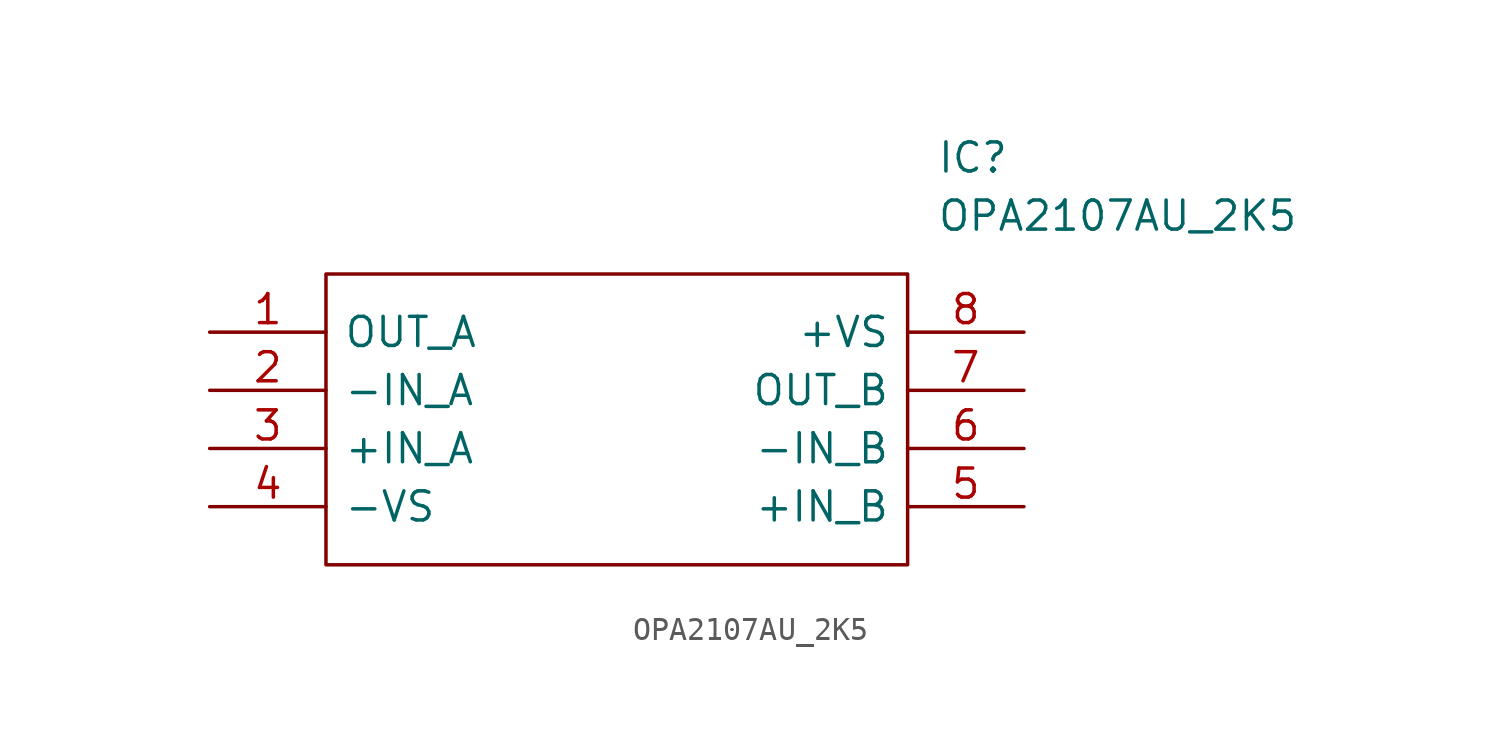
<source format=kicad_sym>
(kicad_symbol_lib
  (version 20241209)
  (generator "kicad_symbol_editor")
  (generator_version "9.0")
  (symbol "OPA2107AU_2K5"
    (pin_names
      (offset 0.762))
    (property "Reference" "IC"
      (at 31.75 7.62 0)
      (effects (font (size 1.27 1.27)) (justify left)))
    (property "Value" "OPA2107AU_2K5"
      (at 31.75 5.08 0)
      (effects (font (size 1.27 1.27)) (justify left)))
    (symbol "OPA2107AU_2K5_0_0"
      (pin passive line (at 0 0 0) (length 5.08) (name "OUT_A" (effects (font (size 1.27 1.27)))) (number "1" (effects (font (size 1.27 1.27)))))
      (pin passive line (at 0 -2.54 0) (length 5.08) (name "-IN_A" (effects (font (size 1.27 1.27)))) (number "2" (effects (font (size 1.27 1.27)))))
      (pin passive line (at 0 -5.08 0) (length 5.08) (name "+IN_A" (effects (font (size 1.27 1.27)))) (number "3" (effects (font (size 1.27 1.27)))))
      (pin passive line (at 0 -7.62 0) (length 5.08) (name "-VS" (effects (font (size 1.27 1.27)))) (number "4" (effects (font (size 1.27 1.27)))))
      (pin passive line (at 35.56 0 180) (length 5.08) (name "+VS" (effects (font (size 1.27 1.27)))) (number "8" (effects (font (size 1.27 1.27)))))
      (pin passive line (at 35.56 -2.54 180) (length 5.08) (name "OUT_B" (effects (font (size 1.27 1.27)))) (number "7" (effects (font (size 1.27 1.27)))))
      (pin passive line (at 35.56 -5.08 180) (length 5.08) (name "-IN_B" (effects (font (size 1.27 1.27)))) (number "6" (effects (font (size 1.27 1.27)))))
      (pin passive line (at 35.56 -7.62 180) (length 5.08) (name "+IN_B" (effects (font (size 1.27 1.27)))) (number "5" (effects (font (size 1.27 1.27))))))
    (symbol "OPA2107AU_2K5_0_1"
      (polyline (pts (xy 5.08 2.54) (xy 30.48 2.54) (xy 30.48 -10.16) (xy 5.08 -10.16) (xy 5.08 2.54)) (stroke (width 0.152) (type solid)) (fill (type none))))))
</source>
